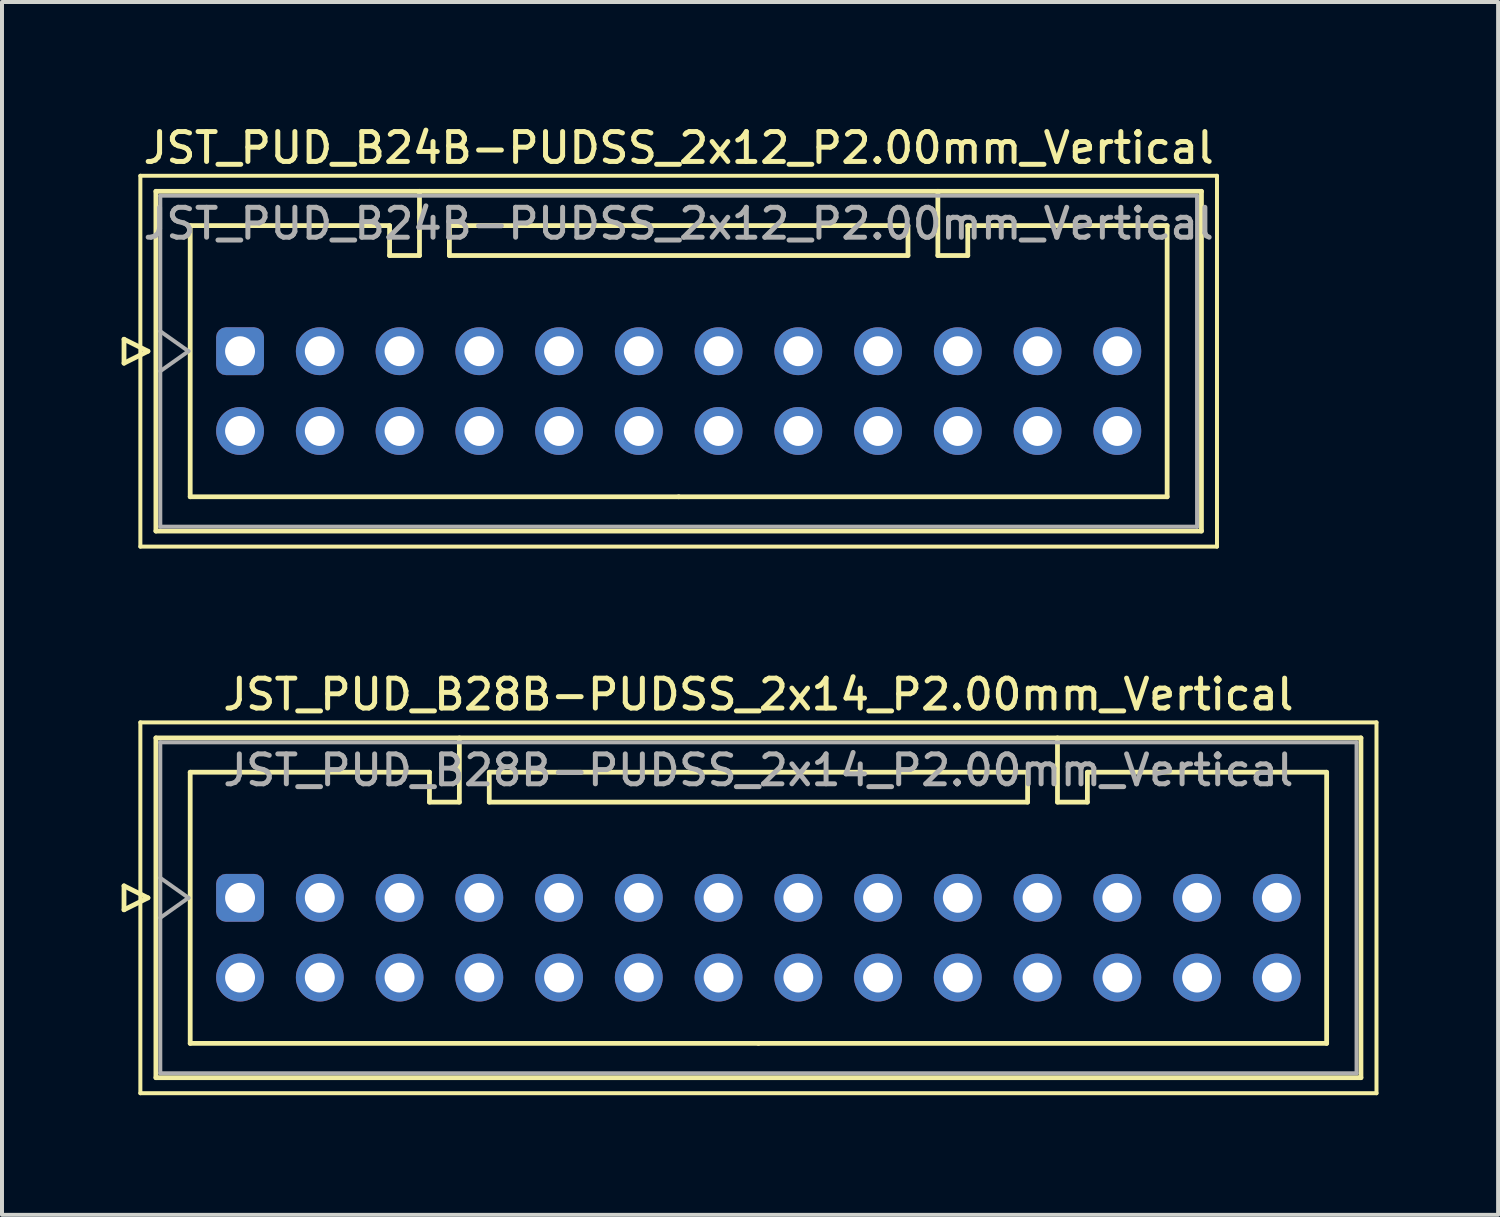
<source format=kicad_pcb>
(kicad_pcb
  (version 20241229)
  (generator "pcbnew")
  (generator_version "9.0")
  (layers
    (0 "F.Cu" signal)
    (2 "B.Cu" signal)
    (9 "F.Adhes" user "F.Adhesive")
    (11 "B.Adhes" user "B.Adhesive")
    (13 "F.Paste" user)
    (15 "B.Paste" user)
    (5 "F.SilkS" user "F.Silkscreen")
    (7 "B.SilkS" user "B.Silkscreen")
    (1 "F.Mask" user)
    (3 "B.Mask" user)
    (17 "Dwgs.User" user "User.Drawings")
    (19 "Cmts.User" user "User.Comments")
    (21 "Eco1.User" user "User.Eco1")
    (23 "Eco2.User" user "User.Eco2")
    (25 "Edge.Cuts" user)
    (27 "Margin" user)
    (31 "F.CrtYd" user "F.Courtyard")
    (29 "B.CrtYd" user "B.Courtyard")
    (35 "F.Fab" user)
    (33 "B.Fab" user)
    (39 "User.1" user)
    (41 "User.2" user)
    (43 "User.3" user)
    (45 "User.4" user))
  (footprint "JST_PUD_B24B-PUDSS_2x12_P2.00mm_Vertical"
    (layer "F.Cu")
    (at 2.97 5.758)
    (property "Reference" "JST_PUD_B24B-PUDSS_2x12_P2.00mm_Vertical" (at 11 -5.1 0) (layer "F.SilkS") (effects (font (size 0.75 0.75) (thickness 0.125))))
    (attr through_hole)
    (fp_line (start -2.91 -0.3) (end -2.31 0) (stroke (width 0.12) (type solid)) (layer "F.SilkS"))
    (fp_line (start -2.91 0.3) (end -2.91 -0.3) (stroke (width 0.12) (type solid)) (layer "F.SilkS"))
    (fp_line (start -2.5 -4.4) (end -2.5 4.9) (stroke (width 0.1) (type solid)) (layer "F.SilkS"))
    (fp_line (start -2.5 4.9) (end 24.5 4.9) (stroke (width 0.1) (type solid)) (layer "F.SilkS"))
    (fp_line (start -2.31 0) (end -2.91 0.3) (stroke (width 0.12) (type solid)) (layer "F.SilkS"))
    (fp_line (start -2.11 -4.01) (end -2.11 4.51) (stroke (width 0.12) (type solid)) (layer "F.SilkS"))
    (fp_line (start -2.11 4.51) (end 24.11 4.51) (stroke (width 0.12) (type solid)) (layer "F.SilkS"))
    (fp_line (start -1.25 -3.15) (end -1.25 3.65) (stroke (width 0.12) (type solid)) (layer "F.SilkS"))
    (fp_line (start -1.25 3.65) (end 11 3.65) (stroke (width 0.12) (type solid)) (layer "F.SilkS"))
    (fp_line (start 3.75 -3.15) (end -1.25 -3.15) (stroke (width 0.12) (type solid)) (layer "F.SilkS"))
    (fp_line (start 3.75 -2.4) (end 3.75 -3.15) (stroke (width 0.12) (type solid)) (layer "F.SilkS"))
    (fp_line (start 4.5 -4.01) (end 4.5 -2.4) (stroke (width 0.12) (type solid)) (layer "F.SilkS"))
    (fp_line (start 4.5 -2.4) (end 3.75 -2.4) (stroke (width 0.12) (type solid)) (layer "F.SilkS"))
    (fp_line (start 5.25 -3.15) (end 5.25 -2.4) (stroke (width 0.12) (type solid)) (layer "F.SilkS"))
    (fp_line (start 5.25 -2.4) (end 16.75 -2.4) (stroke (width 0.12) (type solid)) (layer "F.SilkS"))
    (fp_line (start 16.75 -3.15) (end 5.25 -3.15) (stroke (width 0.12) (type solid)) (layer "F.SilkS"))
    (fp_line (start 16.75 -2.4) (end 16.75 -3.15) (stroke (width 0.12) (type solid)) (layer "F.SilkS"))
    (fp_line (start 17.5 -4.01) (end 17.5 -2.4) (stroke (width 0.12) (type solid)) (layer "F.SilkS"))
    (fp_line (start 17.5 -2.4) (end 18.25 -2.4) (stroke (width 0.12) (type solid)) (layer "F.SilkS"))
    (fp_line (start 18.25 -3.15) (end 23.25 -3.15) (stroke (width 0.12) (type solid)) (layer "F.SilkS"))
    (fp_line (start 18.25 -2.4) (end 18.25 -3.15) (stroke (width 0.12) (type solid)) (layer "F.SilkS"))
    (fp_line (start 23.25 -3.15) (end 23.25 3.65) (stroke (width 0.12) (type solid)) (layer "F.SilkS"))
    (fp_line (start 23.25 3.65) (end 11 3.65) (stroke (width 0.12) (type solid)) (layer "F.SilkS"))
    (fp_line (start 24.11 -4.01) (end -2.11 -4.01) (stroke (width 0.12) (type solid)) (layer "F.SilkS"))
    (fp_line (start 24.11 4.51) (end 24.11 -4.01) (stroke (width 0.12) (type solid)) (layer "F.SilkS"))
    (fp_line (start 24.5 -4.4) (end -2.5 -4.4) (stroke (width 0.1) (type solid)) (layer "F.SilkS"))
    (fp_line (start 24.5 4.9) (end 24.5 -4.4) (stroke (width 0.1) (type solid)) (layer "F.SilkS"))
    (fp_line (start -2 -3.9) (end -2 4.4) (stroke (width 0.1) (type solid)) (layer "F.Fab"))
    (fp_line (start -2 0.5) (end -1.293 0) (stroke (width 0.1) (type solid)) (layer "F.Fab"))
    (fp_line (start -2 4.4) (end 24 4.4) (stroke (width 0.1) (type solid)) (layer "F.Fab"))
    (fp_line (start -1.293 0) (end -2 -0.5) (stroke (width 0.1) (type solid)) (layer "F.Fab"))
    (fp_line (start 24 -3.9) (end -2 -3.9) (stroke (width 0.1) (type solid)) (layer "F.Fab"))
    (fp_line (start 24 4.4) (end 24 -3.9) (stroke (width 0.1) (type solid)) (layer "F.Fab"))
    (fp_text user "${REFERENCE}" (at 11 -3.2 0) (layer "F.Fab") (effects (font (size 0.75 0.75) (thickness 0.125))))
    (pad "1" thru_hole roundrect (at 0 0) (size 1.2 1.2) (drill 0.75) (layers "*.Cu" "*.Mask") (roundrect_rratio 0.208))
    (pad "2" thru_hole circle (at 0 2) (size 1.2 1.2) (drill 0.75) (layers "*.Cu" "*.Mask"))
    (pad "3" thru_hole circle (at 2 0) (size 1.2 1.2) (drill 0.75) (layers "*.Cu" "*.Mask"))
    (pad "4" thru_hole circle (at 2 2) (size 1.2 1.2) (drill 0.75) (layers "*.Cu" "*.Mask"))
    (pad "5" thru_hole circle (at 4 0) (size 1.2 1.2) (drill 0.75) (layers "*.Cu" "*.Mask"))
    (pad "6" thru_hole circle (at 4 2) (size 1.2 1.2) (drill 0.75) (layers "*.Cu" "*.Mask"))
    (pad "7" thru_hole circle (at 6 0) (size 1.2 1.2) (drill 0.75) (layers "*.Cu" "*.Mask"))
    (pad "8" thru_hole circle (at 6 2) (size 1.2 1.2) (drill 0.75) (layers "*.Cu" "*.Mask"))
    (pad "9" thru_hole circle (at 8 0) (size 1.2 1.2) (drill 0.75) (layers "*.Cu" "*.Mask"))
    (pad "10" thru_hole circle (at 8 2) (size 1.2 1.2) (drill 0.75) (layers "*.Cu" "*.Mask"))
    (pad "11" thru_hole circle (at 10 0) (size 1.2 1.2) (drill 0.75) (layers "*.Cu" "*.Mask"))
    (pad "12" thru_hole circle (at 10 2) (size 1.2 1.2) (drill 0.75) (layers "*.Cu" "*.Mask"))
    (pad "13" thru_hole circle (at 12 0) (size 1.2 1.2) (drill 0.75) (layers "*.Cu" "*.Mask"))
    (pad "14" thru_hole circle (at 12 2) (size 1.2 1.2) (drill 0.75) (layers "*.Cu" "*.Mask"))
    (pad "15" thru_hole circle (at 14 0) (size 1.2 1.2) (drill 0.75) (layers "*.Cu" "*.Mask"))
    (pad "16" thru_hole circle (at 14 2) (size 1.2 1.2) (drill 0.75) (layers "*.Cu" "*.Mask"))
    (pad "17" thru_hole circle (at 16 0) (size 1.2 1.2) (drill 0.75) (layers "*.Cu" "*.Mask"))
    (pad "18" thru_hole circle (at 16 2) (size 1.2 1.2) (drill 0.75) (layers "*.Cu" "*.Mask"))
    (pad "19" thru_hole circle (at 18 0) (size 1.2 1.2) (drill 0.75) (layers "*.Cu" "*.Mask"))
    (pad "20" thru_hole circle (at 18 2) (size 1.2 1.2) (drill 0.75) (layers "*.Cu" "*.Mask"))
    (pad "21" thru_hole circle (at 20 0) (size 1.2 1.2) (drill 0.75) (layers "*.Cu" "*.Mask"))
    (pad "22" thru_hole circle (at 20 2) (size 1.2 1.2) (drill 0.75) (layers "*.Cu" "*.Mask"))
    (pad "23" thru_hole circle (at 22 0) (size 1.2 1.2) (drill 0.75) (layers "*.Cu" "*.Mask"))
    (pad "24" thru_hole circle (at 22 2) (size 1.2 1.2) (drill 0.75) (layers "*.Cu" "*.Mask")))
  (footprint "JST_PUD_B28B-PUDSS_2x14_P2.00mm_Vertical"
    (layer "F.Cu")
    (at 2.97 19.466)
    (property "Reference" "JST_PUD_B28B-PUDSS_2x14_P2.00mm_Vertical" (at 13 -5.1 0) (layer "F.SilkS") (effects (font (size 0.75 0.75) (thickness 0.125))))
    (attr through_hole)
    (fp_line (start -2.91 -0.3) (end -2.31 0) (stroke (width 0.12) (type solid)) (layer "F.SilkS"))
    (fp_line (start -2.91 0.3) (end -2.91 -0.3) (stroke (width 0.12) (type solid)) (layer "F.SilkS"))
    (fp_line (start -2.5 -4.4) (end -2.5 4.9) (stroke (width 0.1) (type solid)) (layer "F.SilkS"))
    (fp_line (start -2.5 4.9) (end 28.5 4.9) (stroke (width 0.1) (type solid)) (layer "F.SilkS"))
    (fp_line (start -2.31 0) (end -2.91 0.3) (stroke (width 0.12) (type solid)) (layer "F.SilkS"))
    (fp_line (start -2.11 -4.01) (end -2.11 4.51) (stroke (width 0.12) (type solid)) (layer "F.SilkS"))
    (fp_line (start -2.11 4.51) (end 28.11 4.51) (stroke (width 0.12) (type solid)) (layer "F.SilkS"))
    (fp_line (start -1.25 -3.15) (end -1.25 3.65) (stroke (width 0.12) (type solid)) (layer "F.SilkS"))
    (fp_line (start -1.25 3.65) (end 13 3.65) (stroke (width 0.12) (type solid)) (layer "F.SilkS"))
    (fp_line (start 4.75 -3.15) (end -1.25 -3.15) (stroke (width 0.12) (type solid)) (layer "F.SilkS"))
    (fp_line (start 4.75 -2.4) (end 4.75 -3.15) (stroke (width 0.12) (type solid)) (layer "F.SilkS"))
    (fp_line (start 5.5 -4.01) (end 5.5 -2.4) (stroke (width 0.12) (type solid)) (layer "F.SilkS"))
    (fp_line (start 5.5 -2.4) (end 4.75 -2.4) (stroke (width 0.12) (type solid)) (layer "F.SilkS"))
    (fp_line (start 6.25 -3.15) (end 6.25 -2.4) (stroke (width 0.12) (type solid)) (layer "F.SilkS"))
    (fp_line (start 6.25 -2.4) (end 19.75 -2.4) (stroke (width 0.12) (type solid)) (layer "F.SilkS"))
    (fp_line (start 19.75 -3.15) (end 6.25 -3.15) (stroke (width 0.12) (type solid)) (layer "F.SilkS"))
    (fp_line (start 19.75 -2.4) (end 19.75 -3.15) (stroke (width 0.12) (type solid)) (layer "F.SilkS"))
    (fp_line (start 20.5 -4.01) (end 20.5 -2.4) (stroke (width 0.12) (type solid)) (layer "F.SilkS"))
    (fp_line (start 20.5 -2.4) (end 21.25 -2.4) (stroke (width 0.12) (type solid)) (layer "F.SilkS"))
    (fp_line (start 21.25 -3.15) (end 27.25 -3.15) (stroke (width 0.12) (type solid)) (layer "F.SilkS"))
    (fp_line (start 21.25 -2.4) (end 21.25 -3.15) (stroke (width 0.12) (type solid)) (layer "F.SilkS"))
    (fp_line (start 27.25 -3.15) (end 27.25 3.65) (stroke (width 0.12) (type solid)) (layer "F.SilkS"))
    (fp_line (start 27.25 3.65) (end 13 3.65) (stroke (width 0.12) (type solid)) (layer "F.SilkS"))
    (fp_line (start 28.11 -4.01) (end -2.11 -4.01) (stroke (width 0.12) (type solid)) (layer "F.SilkS"))
    (fp_line (start 28.11 4.51) (end 28.11 -4.01) (stroke (width 0.12) (type solid)) (layer "F.SilkS"))
    (fp_line (start 28.5 -4.4) (end -2.5 -4.4) (stroke (width 0.1) (type solid)) (layer "F.SilkS"))
    (fp_line (start 28.5 4.9) (end 28.5 -4.4) (stroke (width 0.1) (type solid)) (layer "F.SilkS"))
    (fp_line (start -2 -3.9) (end -2 4.4) (stroke (width 0.1) (type solid)) (layer "F.Fab"))
    (fp_line (start -2 0.5) (end -1.293 0) (stroke (width 0.1) (type solid)) (layer "F.Fab"))
    (fp_line (start -2 4.4) (end 28 4.4) (stroke (width 0.1) (type solid)) (layer "F.Fab"))
    (fp_line (start -1.293 0) (end -2 -0.5) (stroke (width 0.1) (type solid)) (layer "F.Fab"))
    (fp_line (start 28 -3.9) (end -2 -3.9) (stroke (width 0.1) (type solid)) (layer "F.Fab"))
    (fp_line (start 28 4.4) (end 28 -3.9) (stroke (width 0.1) (type solid)) (layer "F.Fab"))
    (fp_text user "${REFERENCE}" (at 13 -3.2 0) (layer "F.Fab") (effects (font (size 0.75 0.75) (thickness 0.125))))
    (pad "1" thru_hole roundrect (at 0 0) (size 1.2 1.2) (drill 0.75) (layers "*.Cu" "*.Mask") (roundrect_rratio 0.208))
    (pad "2" thru_hole circle (at 0 2) (size 1.2 1.2) (drill 0.75) (layers "*.Cu" "*.Mask"))
    (pad "3" thru_hole circle (at 2 0) (size 1.2 1.2) (drill 0.75) (layers "*.Cu" "*.Mask"))
    (pad "4" thru_hole circle (at 2 2) (size 1.2 1.2) (drill 0.75) (layers "*.Cu" "*.Mask"))
    (pad "5" thru_hole circle (at 4 0) (size 1.2 1.2) (drill 0.75) (layers "*.Cu" "*.Mask"))
    (pad "6" thru_hole circle (at 4 2) (size 1.2 1.2) (drill 0.75) (layers "*.Cu" "*.Mask"))
    (pad "7" thru_hole circle (at 6 0) (size 1.2 1.2) (drill 0.75) (layers "*.Cu" "*.Mask"))
    (pad "8" thru_hole circle (at 6 2) (size 1.2 1.2) (drill 0.75) (layers "*.Cu" "*.Mask"))
    (pad "9" thru_hole circle (at 8 0) (size 1.2 1.2) (drill 0.75) (layers "*.Cu" "*.Mask"))
    (pad "10" thru_hole circle (at 8 2) (size 1.2 1.2) (drill 0.75) (layers "*.Cu" "*.Mask"))
    (pad "11" thru_hole circle (at 10 0) (size 1.2 1.2) (drill 0.75) (layers "*.Cu" "*.Mask"))
    (pad "12" thru_hole circle (at 10 2) (size 1.2 1.2) (drill 0.75) (layers "*.Cu" "*.Mask"))
    (pad "13" thru_hole circle (at 12 0) (size 1.2 1.2) (drill 0.75) (layers "*.Cu" "*.Mask"))
    (pad "14" thru_hole circle (at 12 2) (size 1.2 1.2) (drill 0.75) (layers "*.Cu" "*.Mask"))
    (pad "15" thru_hole circle (at 14 0) (size 1.2 1.2) (drill 0.75) (layers "*.Cu" "*.Mask"))
    (pad "16" thru_hole circle (at 14 2) (size 1.2 1.2) (drill 0.75) (layers "*.Cu" "*.Mask"))
    (pad "17" thru_hole circle (at 16 0) (size 1.2 1.2) (drill 0.75) (layers "*.Cu" "*.Mask"))
    (pad "18" thru_hole circle (at 16 2) (size 1.2 1.2) (drill 0.75) (layers "*.Cu" "*.Mask"))
    (pad "19" thru_hole circle (at 18 0) (size 1.2 1.2) (drill 0.75) (layers "*.Cu" "*.Mask"))
    (pad "20" thru_hole circle (at 18 2) (size 1.2 1.2) (drill 0.75) (layers "*.Cu" "*.Mask"))
    (pad "21" thru_hole circle (at 20 0) (size 1.2 1.2) (drill 0.75) (layers "*.Cu" "*.Mask"))
    (pad "22" thru_hole circle (at 20 2) (size 1.2 1.2) (drill 0.75) (layers "*.Cu" "*.Mask"))
    (pad "23" thru_hole circle (at 22 0) (size 1.2 1.2) (drill 0.75) (layers "*.Cu" "*.Mask"))
    (pad "24" thru_hole circle (at 22 2) (size 1.2 1.2) (drill 0.75) (layers "*.Cu" "*.Mask"))
    (pad "25" thru_hole circle (at 24 0) (size 1.2 1.2) (drill 0.75) (layers "*.Cu" "*.Mask"))
    (pad "26" thru_hole circle (at 24 2) (size 1.2 1.2) (drill 0.75) (layers "*.Cu" "*.Mask"))
    (pad "27" thru_hole circle (at 26 0) (size 1.2 1.2) (drill 0.75) (layers "*.Cu" "*.Mask"))
    (pad "28" thru_hole circle (at 26 2) (size 1.2 1.2) (drill 0.75) (layers "*.Cu" "*.Mask")))
  (gr_rect
    (start -3 -3)
    (end 34.52 27.416)
    (stroke (width 0.1) (type default))
    (fill no)
    (layer "Edge.Cuts")))
</source>
